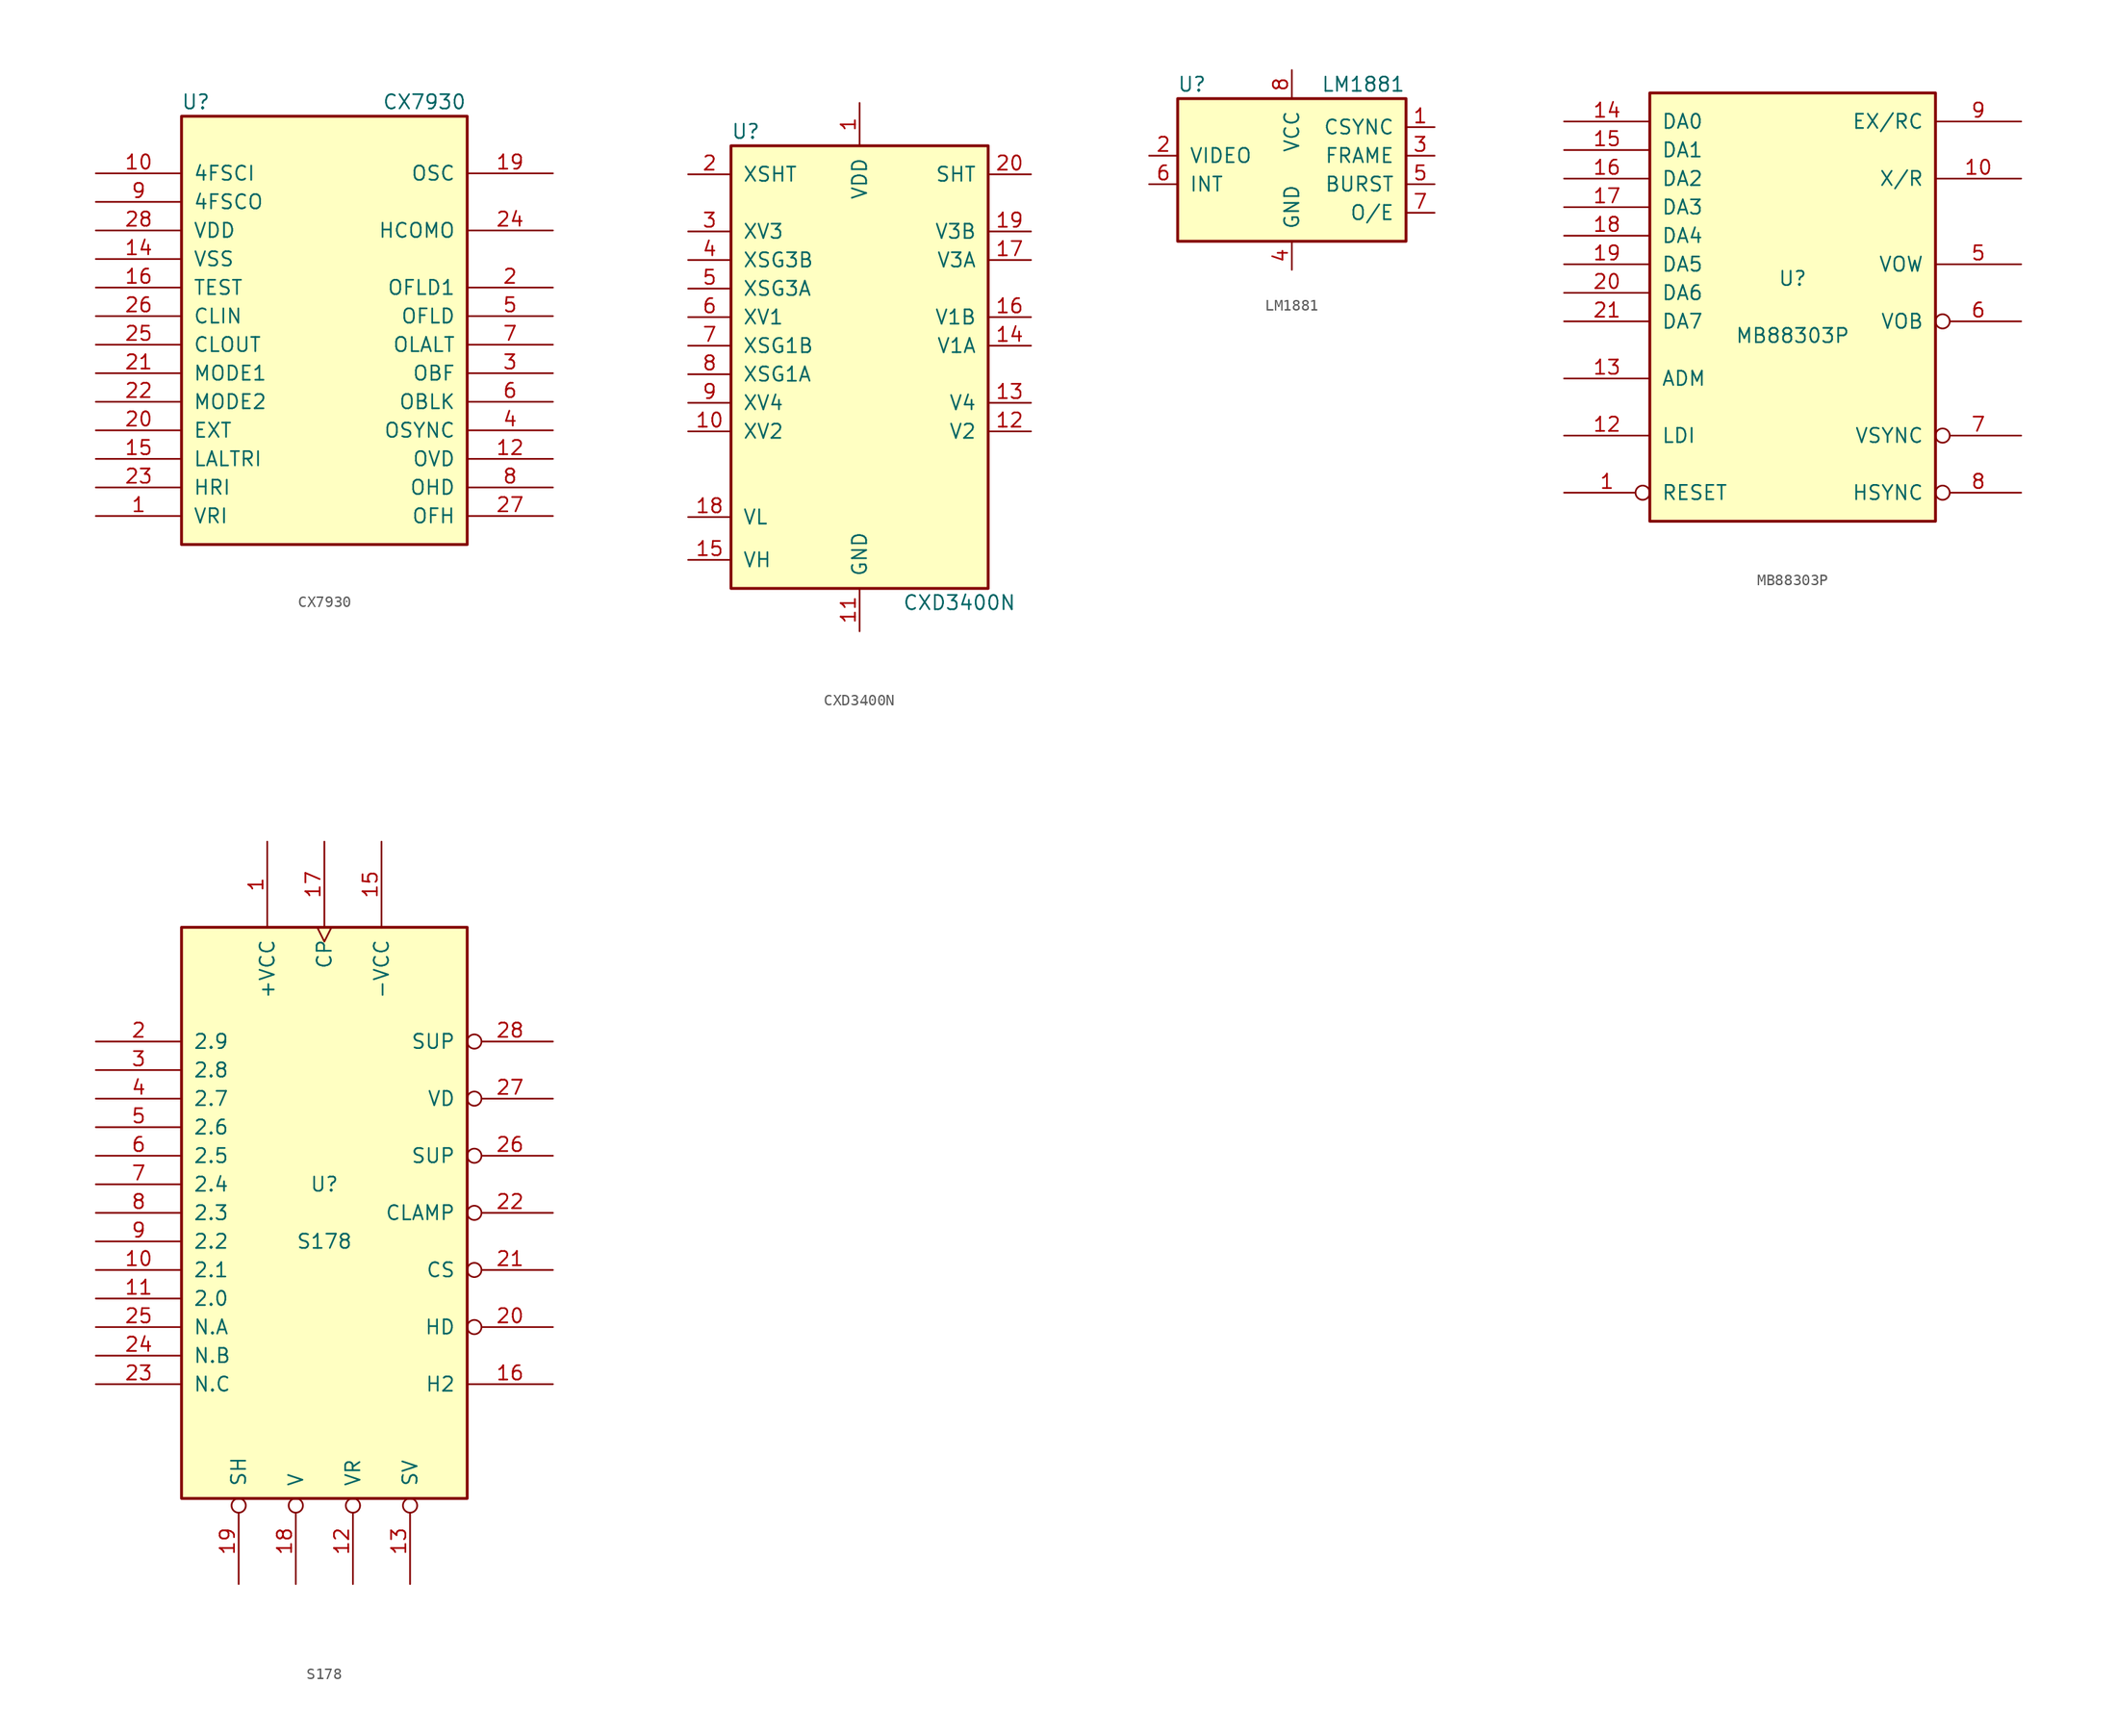
<source format=kicad_sym>
(kicad_symbol_lib
  (version 20211014)
  (generator kicad_symbol_editor)
  (symbol "CX7930"
    (pin_names
      (offset 1.016))
    (property "Reference" "U"
      (at -11.43 20.32 0)
      (effects (font (size 1.27 1.27))))
    (property "Value" "CX7930"
      (at 8.89 20.32 0)
      (effects (font (size 1.27 1.27))))
    (symbol "CX7930_0_1"
      (rectangle (start -12.7 -19.05) (end 12.7 19.05) (stroke (width 0.254) (type default) (color 0 0 0 0)) (fill (type background))))
    (symbol "CX7930_1_1"
      (pin input line (at -20.32 -16.51 0) (length 7.62) (name "VRI" (effects (font (size 1.27 1.27)))) (number "1" (effects (font (size 1.27 1.27)))))
      (pin input line (at -20.32 13.97 0) (length 7.62) (name "4FSCI" (effects (font (size 1.27 1.27)))) (number "10" (effects (font (size 1.27 1.27)))))
      (pin output line (at 20.32 -11.43 180) (length 7.62) (name "OVD" (effects (font (size 1.27 1.27)))) (number "12" (effects (font (size 1.27 1.27)))))
      (pin input line (at -20.32 6.35 0) (length 7.62) (name "VSS" (effects (font (size 1.27 1.27)))) (number "14" (effects (font (size 1.27 1.27)))))
      (pin input line (at -20.32 -11.43 0) (length 7.62) (name "LALTRI" (effects (font (size 1.27 1.27)))) (number "15" (effects (font (size 1.27 1.27)))))
      (pin input line (at -20.32 3.81 0) (length 7.62) (name "TEST" (effects (font (size 1.27 1.27)))) (number "16" (effects (font (size 1.27 1.27)))))
      (pin output line (at 20.32 13.97 180) (length 7.62) (name "OSC" (effects (font (size 1.27 1.27)))) (number "19" (effects (font (size 1.27 1.27)))))
      (pin output line (at 20.32 3.81 180) (length 7.62) (name "OFLD1" (effects (font (size 1.27 1.27)))) (number "2" (effects (font (size 1.27 1.27)))))
      (pin input line (at -20.32 -8.89 0) (length 7.62) (name "EXT" (effects (font (size 1.27 1.27)))) (number "20" (effects (font (size 1.27 1.27)))))
      (pin input line (at -20.32 -3.81 0) (length 7.62) (name "MODE1" (effects (font (size 1.27 1.27)))) (number "21" (effects (font (size 1.27 1.27)))))
      (pin input line (at -20.32 -6.35 0) (length 7.62) (name "MODE2" (effects (font (size 1.27 1.27)))) (number "22" (effects (font (size 1.27 1.27)))))
      (pin input line (at -20.32 -13.97 0) (length 7.62) (name "HRI" (effects (font (size 1.27 1.27)))) (number "23" (effects (font (size 1.27 1.27)))))
      (pin output line (at 20.32 8.89 180) (length 7.62) (name "HCOMO" (effects (font (size 1.27 1.27)))) (number "24" (effects (font (size 1.27 1.27)))))
      (pin output line (at -20.32 -1.27 0) (length 7.62) (name "CLOUT" (effects (font (size 1.27 1.27)))) (number "25" (effects (font (size 1.27 1.27)))))
      (pin input line (at -20.32 1.27 0) (length 7.62) (name "CLIN" (effects (font (size 1.27 1.27)))) (number "26" (effects (font (size 1.27 1.27)))))
      (pin output line (at 20.32 -16.51 180) (length 7.62) (name "OFH" (effects (font (size 1.27 1.27)))) (number "27" (effects (font (size 1.27 1.27)))))
      (pin input line (at -20.32 8.89 0) (length 7.62) (name "VDD" (effects (font (size 1.27 1.27)))) (number "28" (effects (font (size 1.27 1.27)))))
      (pin output line (at 20.32 -3.81 180) (length 7.62) (name "OBF" (effects (font (size 1.27 1.27)))) (number "3" (effects (font (size 1.27 1.27)))))
      (pin output line (at 20.32 -8.89 180) (length 7.62) (name "OSYNC" (effects (font (size 1.27 1.27)))) (number "4" (effects (font (size 1.27 1.27)))))
      (pin output line (at 20.32 1.27 180) (length 7.62) (name "OFLD" (effects (font (size 1.27 1.27)))) (number "5" (effects (font (size 1.27 1.27)))))
      (pin output line (at 20.32 -6.35 180) (length 7.62) (name "OBLK" (effects (font (size 1.27 1.27)))) (number "6" (effects (font (size 1.27 1.27)))))
      (pin output line (at 20.32 -1.27 180) (length 7.62) (name "OLALT" (effects (font (size 1.27 1.27)))) (number "7" (effects (font (size 1.27 1.27)))))
      (pin output line (at 20.32 -13.97 180) (length 7.62) (name "OHD" (effects (font (size 1.27 1.27)))) (number "8" (effects (font (size 1.27 1.27)))))
      (pin output line (at -20.32 11.43 0) (length 7.62) (name "4FSCO" (effects (font (size 1.27 1.27)))) (number "9" (effects (font (size 1.27 1.27)))))))
  (symbol "CXD3400N"
    (pin_names
      (offset 1.016))
    (property "Reference" "U"
      (at -11.43 21.59 0)
      (effects (font (size 1.27 1.27)) (justify left)))
    (property "Value" "CXD3400N"
      (at 3.81 -20.32 0)
      (effects (font (size 1.27 1.27)) (justify left)))
    (symbol "CXD3400N_0_1"
      (rectangle (start 11.43 -19.05) (end -11.43 20.32) (stroke (width 0.254) (type default) (color 0 0 0 0)) (fill (type background))))
    (symbol "CXD3400N_1_1"
      (pin power_in line (at 0 24.13 270) (length 3.81) (name "VDD" (effects (font (size 1.27 1.27)))) (number "1" (effects (font (size 1.27 1.27)))))
      (pin input line (at -15.24 -5.08 0) (length 3.81) (name "XV2" (effects (font (size 1.27 1.27)))) (number "10" (effects (font (size 1.27 1.27)))))
      (pin power_in line (at 0 -22.86 90) (length 3.81) (name "GND" (effects (font (size 1.27 1.27)))) (number "11" (effects (font (size 1.27 1.27)))))
      (pin output line (at 15.24 -5.08 180) (length 3.81) (name "V2" (effects (font (size 1.27 1.27)))) (number "12" (effects (font (size 1.27 1.27)))))
      (pin output line (at 15.24 -2.54 180) (length 3.81) (name "V4" (effects (font (size 1.27 1.27)))) (number "13" (effects (font (size 1.27 1.27)))))
      (pin output line (at 15.24 2.54 180) (length 3.81) (name "V1A" (effects (font (size 1.27 1.27)))) (number "14" (effects (font (size 1.27 1.27)))))
      (pin power_in line (at -15.24 -16.51 0) (length 3.81) (name "VH" (effects (font (size 1.27 1.27)))) (number "15" (effects (font (size 1.27 1.27)))))
      (pin output line (at 15.24 5.08 180) (length 3.81) (name "V1B" (effects (font (size 1.27 1.27)))) (number "16" (effects (font (size 1.27 1.27)))))
      (pin output line (at 15.24 10.16 180) (length 3.81) (name "V3A" (effects (font (size 1.27 1.27)))) (number "17" (effects (font (size 1.27 1.27)))))
      (pin power_in line (at -15.24 -12.7 0) (length 3.81) (name "VL" (effects (font (size 1.27 1.27)))) (number "18" (effects (font (size 1.27 1.27)))))
      (pin output line (at 15.24 12.7 180) (length 3.81) (name "V3B" (effects (font (size 1.27 1.27)))) (number "19" (effects (font (size 1.27 1.27)))))
      (pin input line (at -15.24 17.78 0) (length 3.81) (name "XSHT" (effects (font (size 1.27 1.27)))) (number "2" (effects (font (size 1.27 1.27)))))
      (pin output line (at 15.24 17.78 180) (length 3.81) (name "SHT" (effects (font (size 1.27 1.27)))) (number "20" (effects (font (size 1.27 1.27)))))
      (pin input line (at -15.24 12.7 0) (length 3.81) (name "XV3" (effects (font (size 1.27 1.27)))) (number "3" (effects (font (size 1.27 1.27)))))
      (pin input line (at -15.24 10.16 0) (length 3.81) (name "XSG3B" (effects (font (size 1.27 1.27)))) (number "4" (effects (font (size 1.27 1.27)))))
      (pin input line (at -15.24 7.62 0) (length 3.81) (name "XSG3A" (effects (font (size 1.27 1.27)))) (number "5" (effects (font (size 1.27 1.27)))))
      (pin input line (at -15.24 5.08 0) (length 3.81) (name "XV1" (effects (font (size 1.27 1.27)))) (number "6" (effects (font (size 1.27 1.27)))))
      (pin input line (at -15.24 2.54 0) (length 3.81) (name "XSG1B" (effects (font (size 1.27 1.27)))) (number "7" (effects (font (size 1.27 1.27)))))
      (pin input line (at -15.24 0 0) (length 3.81) (name "XSG1A" (effects (font (size 1.27 1.27)))) (number "8" (effects (font (size 1.27 1.27)))))
      (pin input line (at -15.24 -2.54 0) (length 3.81) (name "XV4" (effects (font (size 1.27 1.27)))) (number "9" (effects (font (size 1.27 1.27)))))))
  (symbol "LM1881"
    (pin_names
      (offset 1.016))
    (property "Reference" "U"
      (at -8.89 8.89 0)
      (effects (font (size 1.27 1.27))))
    (property "Value" "LM1881"
      (at 6.35 8.89 0)
      (effects (font (size 1.27 1.27))))
    (symbol "LM1881_0_1"
      (rectangle (start -10.16 7.62) (end 10.16 -5.08) (stroke (width 0.254) (type default) (color 0 0 0 0)) (fill (type background))))
    (symbol "LM1881_1_1"
      (pin output line (at 12.7 5.08 180) (length 2.54) (name "CSYNC" (effects (font (size 1.27 1.27)))) (number "1" (effects (font (size 1.27 1.27)))))
      (pin input line (at -12.7 2.54 0) (length 2.54) (name "VIDEO" (effects (font (size 1.27 1.27)))) (number "2" (effects (font (size 1.27 1.27)))))
      (pin output line (at 12.7 2.54 180) (length 2.54) (name "FRAME" (effects (font (size 1.27 1.27)))) (number "3" (effects (font (size 1.27 1.27)))))
      (pin power_in line (at 0 -7.62 90) (length 2.54) (name "GND" (effects (font (size 1.27 1.27)))) (number "4" (effects (font (size 1.27 1.27)))))
      (pin output line (at 12.7 0 180) (length 2.54) (name "BURST" (effects (font (size 1.27 1.27)))) (number "5" (effects (font (size 1.27 1.27)))))
      (pin input line (at -12.7 0 0) (length 2.54) (name "INT" (effects (font (size 1.27 1.27)))) (number "6" (effects (font (size 1.27 1.27)))))
      (pin output line (at 12.7 -2.54 180) (length 2.54) (name "O/E" (effects (font (size 1.27 1.27)))) (number "7" (effects (font (size 1.27 1.27)))))
      (pin power_in line (at 0 10.16 270) (length 2.54) (name "VCC" (effects (font (size 1.27 1.27)))) (number "8" (effects (font (size 1.27 1.27)))))))
  (symbol "MB88303P"
    (pin_names
      (offset 1.016))
    (property "Reference" "U"
      (at 0 2.54 0)
      (effects (font (size 1.27 1.27))))
    (property "Value" "MB88303P"
      (at 0 -2.54 0)
      (effects (font (size 1.27 1.27))))
    (symbol "MB88303P_0_1"
      (rectangle (start -12.7 -19.05) (end 12.7 19.05) (stroke (width 0.254) (type default) (color 0 0 0 0)) (fill (type background))))
    (symbol "MB88303P_1_1"
      (pin input inverted (at -20.32 -16.51 0) (length 7.62) (name "RESET" (effects (font (size 1.27 1.27)))) (number "1" (effects (font (size 1.27 1.27)))))
      (pin output line (at 20.32 11.43 180) (length 7.62) (name "X/R" (effects (font (size 1.27 1.27)))) (number "10" (effects (font (size 1.27 1.27)))))
      (pin power_in line (at -12.7 -19.05 90) (length 0) hide (name "GND" (effects (font (size 1.27 1.27)))) (number "11" (effects (font (size 1.27 1.27)))))
      (pin input line (at -20.32 -11.43 0) (length 7.62) (name "LDI" (effects (font (size 1.27 1.27)))) (number "12" (effects (font (size 1.27 1.27)))))
      (pin input line (at -20.32 -6.35 0) (length 7.62) (name "ADM" (effects (font (size 1.27 1.27)))) (number "13" (effects (font (size 1.27 1.27)))))
      (pin input line (at -20.32 16.51 0) (length 7.62) (name "DA0" (effects (font (size 1.27 1.27)))) (number "14" (effects (font (size 1.27 1.27)))))
      (pin input line (at -20.32 13.97 0) (length 7.62) (name "DA1" (effects (font (size 1.27 1.27)))) (number "15" (effects (font (size 1.27 1.27)))))
      (pin input line (at -20.32 11.43 0) (length 7.62) (name "DA2" (effects (font (size 1.27 1.27)))) (number "16" (effects (font (size 1.27 1.27)))))
      (pin input line (at -20.32 8.89 0) (length 7.62) (name "DA3" (effects (font (size 1.27 1.27)))) (number "17" (effects (font (size 1.27 1.27)))))
      (pin input line (at -20.32 6.35 0) (length 7.62) (name "DA4" (effects (font (size 1.27 1.27)))) (number "18" (effects (font (size 1.27 1.27)))))
      (pin input line (at -20.32 3.81 0) (length 7.62) (name "DA5" (effects (font (size 1.27 1.27)))) (number "19" (effects (font (size 1.27 1.27)))))
      (pin input line (at -20.32 1.27 0) (length 7.62) (name "DA6" (effects (font (size 1.27 1.27)))) (number "20" (effects (font (size 1.27 1.27)))))
      (pin input line (at -20.32 -1.27 0) (length 7.62) (name "DA7" (effects (font (size 1.27 1.27)))) (number "21" (effects (font (size 1.27 1.27)))))
      (pin power_in line (at -12.7 19.05 90) (length 0) hide (name "VCC" (effects (font (size 1.27 1.27)))) (number "22" (effects (font (size 1.27 1.27)))))
      (pin output line (at 20.32 3.81 180) (length 7.62) (name "VOW" (effects (font (size 1.27 1.27)))) (number "5" (effects (font (size 1.27 1.27)))))
      (pin output inverted (at 20.32 -1.27 180) (length 7.62) (name "VOB" (effects (font (size 1.27 1.27)))) (number "6" (effects (font (size 1.27 1.27)))))
      (pin input inverted (at 20.32 -11.43 180) (length 7.62) (name "VSYNC" (effects (font (size 1.27 1.27)))) (number "7" (effects (font (size 1.27 1.27)))))
      (pin input inverted (at 20.32 -16.51 180) (length 7.62) (name "HSYNC" (effects (font (size 1.27 1.27)))) (number "8" (effects (font (size 1.27 1.27)))))
      (pin input line (at 20.32 16.51 180) (length 7.62) (name "EX/RC" (effects (font (size 1.27 1.27)))) (number "9" (effects (font (size 1.27 1.27)))))))
  (symbol "S178"
    (pin_names
      (offset 1.016))
    (property "Reference" "U"
      (at 0 2.54 0)
      (effects (font (size 1.27 1.27))))
    (property "Value" "S178"
      (at 0 -2.54 0)
      (effects (font (size 1.27 1.27))))
    (symbol "S178_0_1"
      (rectangle (start -12.7 -25.4) (end 12.7 25.4) (stroke (width 0.254) (type default) (color 0 0 0 0)) (fill (type background))))
    (symbol "S178_1_1"
      (pin input line (at -5.08 33.02 270) (length 7.62) (name "+VCC" (effects (font (size 1.27 1.27)))) (number "1" (effects (font (size 1.27 1.27)))))
      (pin input line (at -20.32 -5.08 0) (length 7.62) (name "2.1" (effects (font (size 1.27 1.27)))) (number "10" (effects (font (size 1.27 1.27)))))
      (pin input line (at -20.32 -7.62 0) (length 7.62) (name "2.0" (effects (font (size 1.27 1.27)))) (number "11" (effects (font (size 1.27 1.27)))))
      (pin input inverted (at 2.54 -33.02 90) (length 7.62) (name "VR" (effects (font (size 1.27 1.27)))) (number "12" (effects (font (size 1.27 1.27)))))
      (pin input inverted (at 7.62 -33.02 90) (length 7.62) (name "SV" (effects (font (size 1.27 1.27)))) (number "13" (effects (font (size 1.27 1.27)))))
      (pin input line (at 5.08 33.02 270) (length 7.62) (name "-VCC" (effects (font (size 1.27 1.27)))) (number "15" (effects (font (size 1.27 1.27)))))
      (pin output line (at 20.32 -15.24 180) (length 7.62) (name "H2" (effects (font (size 1.27 1.27)))) (number "16" (effects (font (size 1.27 1.27)))))
      (pin input clock (at 0 33.02 270) (length 7.62) (name "CP" (effects (font (size 1.27 1.27)))) (number "17" (effects (font (size 1.27 1.27)))))
      (pin input inverted (at -2.54 -33.02 90) (length 7.62) (name "V" (effects (font (size 1.27 1.27)))) (number "18" (effects (font (size 1.27 1.27)))))
      (pin input inverted (at -7.62 -33.02 90) (length 7.62) (name "SH" (effects (font (size 1.27 1.27)))) (number "19" (effects (font (size 1.27 1.27)))))
      (pin input line (at -20.32 15.24 0) (length 7.62) (name "2.9" (effects (font (size 1.27 1.27)))) (number "2" (effects (font (size 1.27 1.27)))))
      (pin output inverted (at 20.32 -10.16 180) (length 7.62) (name "HD" (effects (font (size 1.27 1.27)))) (number "20" (effects (font (size 1.27 1.27)))))
      (pin output inverted (at 20.32 -5.08 180) (length 7.62) (name "CS" (effects (font (size 1.27 1.27)))) (number "21" (effects (font (size 1.27 1.27)))))
      (pin output inverted (at 20.32 0 180) (length 7.62) (name "CLAMP" (effects (font (size 1.27 1.27)))) (number "22" (effects (font (size 1.27 1.27)))))
      (pin input line (at -20.32 -15.24 0) (length 7.62) (name "N.C" (effects (font (size 1.27 1.27)))) (number "23" (effects (font (size 1.27 1.27)))))
      (pin input line (at -20.32 -12.7 0) (length 7.62) (name "N.B" (effects (font (size 1.27 1.27)))) (number "24" (effects (font (size 1.27 1.27)))))
      (pin input line (at -20.32 -10.16 0) (length 7.62) (name "N.A" (effects (font (size 1.27 1.27)))) (number "25" (effects (font (size 1.27 1.27)))))
      (pin output inverted (at 20.32 5.08 180) (length 7.62) (name "SUP" (effects (font (size 1.27 1.27)))) (number "26" (effects (font (size 1.27 1.27)))))
      (pin output inverted (at 20.32 10.16 180) (length 7.62) (name "VD" (effects (font (size 1.27 1.27)))) (number "27" (effects (font (size 1.27 1.27)))))
      (pin output inverted (at 20.32 15.24 180) (length 7.62) (name "SUP" (effects (font (size 1.27 1.27)))) (number "28" (effects (font (size 1.27 1.27)))))
      (pin input line (at -20.32 12.7 0) (length 7.62) (name "2.8" (effects (font (size 1.27 1.27)))) (number "3" (effects (font (size 1.27 1.27)))))
      (pin input line (at -20.32 10.16 0) (length 7.62) (name "2.7" (effects (font (size 1.27 1.27)))) (number "4" (effects (font (size 1.27 1.27)))))
      (pin input line (at -20.32 7.62 0) (length 7.62) (name "2.6" (effects (font (size 1.27 1.27)))) (number "5" (effects (font (size 1.27 1.27)))))
      (pin input line (at -20.32 5.08 0) (length 7.62) (name "2.5" (effects (font (size 1.27 1.27)))) (number "6" (effects (font (size 1.27 1.27)))))
      (pin input line (at -20.32 2.54 0) (length 7.62) (name "2.4" (effects (font (size 1.27 1.27)))) (number "7" (effects (font (size 1.27 1.27)))))
      (pin input line (at -20.32 0 0) (length 7.62) (name "2.3" (effects (font (size 1.27 1.27)))) (number "8" (effects (font (size 1.27 1.27)))))
      (pin input line (at -20.32 -2.54 0) (length 7.62) (name "2.2" (effects (font (size 1.27 1.27)))) (number "9" (effects (font (size 1.27 1.27))))))))
</source>
